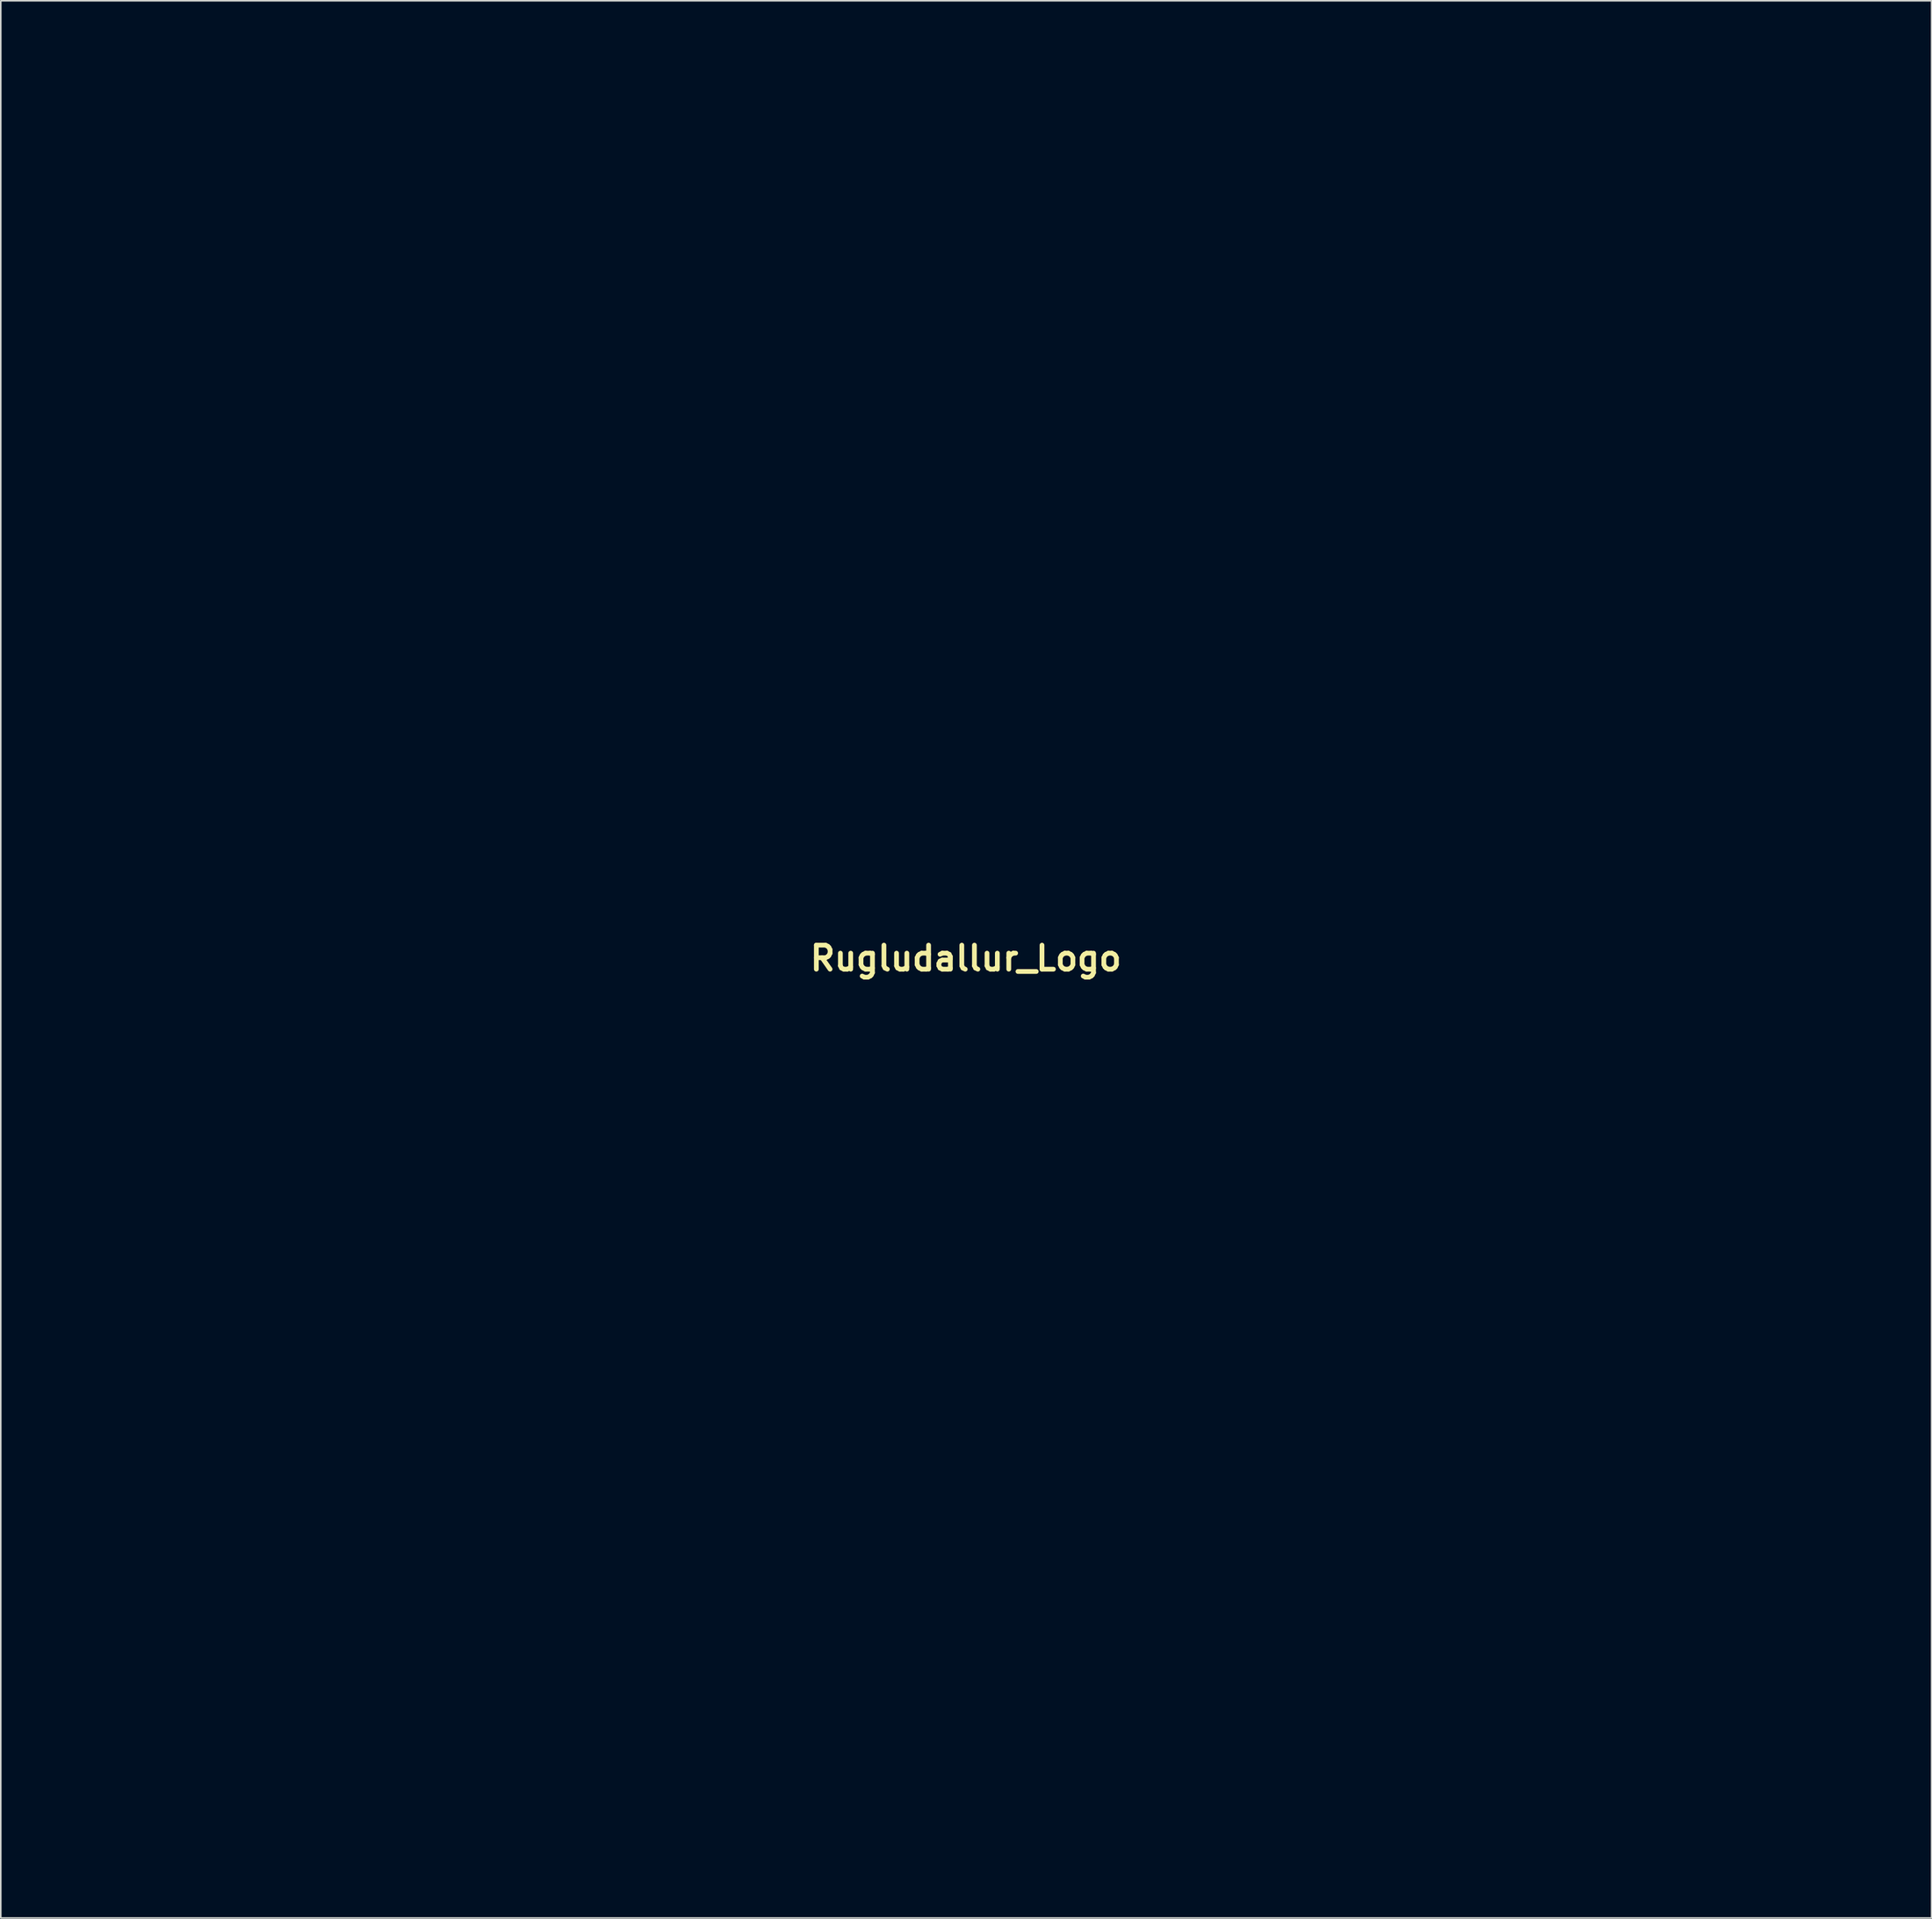
<source format=kicad_pcb>
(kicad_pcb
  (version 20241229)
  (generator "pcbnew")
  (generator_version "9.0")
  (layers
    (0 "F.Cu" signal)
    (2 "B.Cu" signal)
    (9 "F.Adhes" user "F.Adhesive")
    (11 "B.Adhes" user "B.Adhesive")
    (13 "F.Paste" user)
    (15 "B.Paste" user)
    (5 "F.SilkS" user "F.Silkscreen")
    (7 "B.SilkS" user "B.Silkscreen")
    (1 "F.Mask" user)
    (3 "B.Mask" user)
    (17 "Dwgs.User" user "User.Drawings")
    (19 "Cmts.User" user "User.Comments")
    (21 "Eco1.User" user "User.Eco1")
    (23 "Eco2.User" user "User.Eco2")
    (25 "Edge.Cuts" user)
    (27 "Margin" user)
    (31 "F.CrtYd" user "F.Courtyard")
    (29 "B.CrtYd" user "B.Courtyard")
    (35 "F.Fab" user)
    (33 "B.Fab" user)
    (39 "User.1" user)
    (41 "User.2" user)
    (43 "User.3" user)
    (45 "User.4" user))
  (footprint "Rugludallur_Logo"
    (layer "F.Cu")
    (at 58.14 57.68)
    (property "Reference" "Rugludallur_Logo" (at 0 0 0) (layer "F.SilkS") (effects (font (size 1.524 1.524) (thickness 0.3))))
    (attr through_hole)
    (fp_poly (pts (xy 29.596 38.496) (xy 30.103 38.567) (xy 30.341 38.734) (xy 30.432 39.038) (xy 30.435 39.055) (xy 30.394 39.485) (xy 30.025 39.716) (xy 29.731 39.787) (xy 29.204 39.929) (xy 28.863 40.172) (xy 28.655 40.619) (xy 28.531 41.374) (xy 28.448 42.418) (xy 28.369 43.396) (xy 28.269 43.977) (xy 28.108 44.271) (xy 27.85 44.388) (xy 27.758 44.403) (xy 27.272 44.319) (xy 27.049 43.895) (xy 26.992 43.388) (xy 26.962 42.522) (xy 26.964 41.446) (xy 26.977 40.894) (xy 27.051 38.481) (xy 28.702 38.481) (xy 29.596 38.496)) (stroke (width 0.01) (type solid)) (fill no) (layer "Eco2.User"))
    (fp_poly (pts (xy 14.325 35.97) (xy 14.587 36.213) (xy 14.762 36.489) (xy 14.88 36.959) (xy 14.95 37.711) (xy 14.981 38.829) (xy 14.986 39.742) (xy 14.996 41.087) (xy 15.032 42.006) (xy 15.104 42.582) (xy 15.223 42.895) (xy 15.385 43.025) (xy 15.687 43.353) (xy 15.685 43.832) (xy 15.424 44.242) (xy 15.113 44.371) (xy 14.527 44.348) (xy 14.282 44.285) (xy 13.843 43.939) (xy 13.529 43.287) (xy 13.327 42.276) (xy 13.226 40.852) (xy 13.208 39.655) (xy 13.222 38.284) (xy 13.269 37.334) (xy 13.36 36.715) (xy 13.506 36.341) (xy 13.607 36.213) (xy 13.959 35.897) (xy 14.097 35.814) (xy 14.325 35.97)) (stroke (width 0.01) (type solid)) (fill no) (layer "Eco2.User"))
    (fp_poly (pts (xy -8.241 36.071) (xy -8.048 36.501) (xy -7.934 37.294) (xy -7.882 38.505) (xy -7.874 39.539) (xy -7.868 40.852) (xy -7.84 41.748) (xy -7.777 42.319) (xy -7.664 42.656) (xy -7.488 42.851) (xy -7.351 42.934) (xy -6.937 43.395) (xy -6.906 43.769) (xy -7.167 44.259) (xy -7.678 44.402) (xy -8.316 44.19) (xy -8.758 43.844) (xy -9.015 43.564) (xy -9.192 43.269) (xy -9.304 42.862) (xy -9.366 42.248) (xy -9.392 41.332) (xy -9.398 40.018) (xy -9.398 39.771) (xy -9.392 38.376) (xy -9.365 37.403) (xy -9.308 36.769) (xy -9.21 36.388) (xy -9.059 36.176) (xy -8.929 36.089) (xy -8.529 35.952) (xy -8.241 36.071)) (stroke (width 0.01) (type solid)) (fill no) (layer "Eco2.User"))
    (fp_poly (pts (xy 18.073 36.089) (xy 18.272 36.246) (xy 18.406 36.526) (xy 18.487 37.018) (xy 18.528 37.812) (xy 18.541 38.998) (xy 18.542 39.426) (xy 18.55 40.753) (xy 18.585 41.672) (xy 18.66 42.284) (xy 18.79 42.688) (xy 18.988 42.984) (xy 19.057 43.061) (xy 19.434 43.657) (xy 19.41 44.11) (xy 19.085 44.367) (xy 18.559 44.373) (xy 17.931 44.075) (xy 17.641 43.827) (xy 17.389 43.55) (xy 17.216 43.251) (xy 17.107 42.833) (xy 17.048 42.2) (xy 17.023 41.256) (xy 17.018 39.906) (xy 17.018 39.813) (xy 17.035 38.245) (xy 17.097 37.129) (xy 17.22 36.411) (xy 17.418 36.038) (xy 17.707 35.954) (xy 18.073 36.089)) (stroke (width 0.01) (type solid)) (fill no) (layer "Eco2.User"))
    (fp_poly (pts (xy -21.179 38.395) (xy -20.939 38.506) (xy -20.78 38.797) (xy -20.674 39.369) (xy -20.594 40.321) (xy -20.574 40.643) (xy -20.505 41.687) (xy -20.427 42.325) (xy -20.303 42.656) (xy -20.098 42.78) (xy -19.812 42.799) (xy -19.503 42.775) (xy -19.307 42.636) (xy -19.189 42.281) (xy -19.113 41.611) (xy -19.05 40.64) (xy -18.981 39.595) (xy -18.903 38.956) (xy -18.779 38.625) (xy -18.575 38.5) (xy -18.288 38.481) (xy -17.653 38.481) (xy -17.653 44.323) (xy -19.177 44.372) (xy -20.049 44.377) (xy -20.734 44.339) (xy -21.024 44.286) (xy -21.523 43.813) (xy -21.878 42.914) (xy -22.068 41.653) (xy -22.094 40.843) (xy -22.055 39.637) (xy -21.926 38.868) (xy -21.683 38.471) (xy -21.301 38.378) (xy -21.179 38.395)) (stroke (width 0.01) (type solid)) (fill no) (layer "Eco2.User"))
    (fp_poly (pts (xy 25.019 44.323) (xy 23.473 44.398) (xy 22.495 44.404) (xy 21.845 44.284) (xy 21.351 44.005) (xy 21.314 43.976) (xy 21.032 43.712) (xy 20.852 43.398) (xy 20.753 42.921) (xy 20.71 42.166) (xy 20.701 41.02) (xy 20.701 40.98) (xy 20.705 39.839) (xy 20.733 39.112) (xy 20.809 38.706) (xy 20.955 38.527) (xy 21.198 38.482) (xy 21.336 38.481) (xy 21.645 38.505) (xy 21.841 38.644) (xy 21.959 38.999) (xy 22.035 39.669) (xy 22.098 40.64) (xy 22.167 41.685) (xy 22.245 42.324) (xy 22.369 42.655) (xy 22.573 42.78) (xy 22.86 42.799) (xy 23.169 42.775) (xy 23.365 42.636) (xy 23.483 42.281) (xy 23.559 41.611) (xy 23.622 40.64) (xy 23.691 39.595) (xy 23.769 38.956) (xy 23.893 38.625) (xy 24.097 38.5) (xy 24.384 38.481) (xy 25.019 38.481) (xy 25.019 44.323)) (stroke (width 0.01) (type solid)) (fill no) (layer "Eco2.User"))
    (fp_poly (pts (xy -1.562 38.503) (xy -1.257 38.985) (xy -1.081 39.854) (xy -1.017 41.161) (xy -1.016 41.402) (xy -1.041 42.691) (xy -1.152 43.556) (xy -1.404 44.08) (xy -1.851 44.348) (xy -2.548 44.442) (xy -3.009 44.45) (xy -3.986 44.398) (xy -4.632 44.213) (xy -5.041 43.924) (xy -5.303 43.638) (xy -5.463 43.298) (xy -5.542 42.788) (xy -5.557 41.99) (xy -5.533 40.942) (xy -5.489 39.796) (xy -5.424 39.063) (xy -5.318 38.647) (xy -5.15 38.452) (xy -4.983 38.395) (xy -4.57 38.417) (xy -4.297 38.715) (xy -4.14 39.357) (xy -4.074 40.409) (xy -4.068 40.958) (xy -4.059 41.946) (xy -4.013 42.532) (xy -3.896 42.82) (xy -3.675 42.917) (xy -3.429 42.926) (xy -3.105 42.902) (xy -2.915 42.758) (xy -2.824 42.386) (xy -2.796 41.68) (xy -2.794 41.042) (xy -2.77 39.818) (xy -2.681 39.019) (xy -2.505 38.565) (xy -2.217 38.375) (xy -2.014 38.354) (xy -1.562 38.503)) (stroke (width 0.01) (type solid)) (fill no) (layer "Eco2.User"))
    (fp_poly (pts (xy 4.779 36.039) (xy 4.884 36.343) (xy 4.975 37.048) (xy 5.049 38.044) (xy 5.104 39.225) (xy 5.137 40.482) (xy 5.145 41.707) (xy 5.127 42.792) (xy 5.078 43.63) (xy 4.998 44.112) (xy 4.977 44.158) (xy 4.63 44.322) (xy 3.951 44.415) (xy 3.111 44.435) (xy 2.282 44.38) (xy 1.635 44.251) (xy 1.46 44.176) (xy 0.845 43.55) (xy 0.438 42.605) (xy 0.27 41.497) (xy 0.295 41.215) (xy 1.778 41.215) (xy 1.928 42.164) (xy 2.354 42.751) (xy 2.93 42.926) (xy 3.277 42.893) (xy 3.464 42.713) (xy 3.541 42.268) (xy 3.556 41.438) (xy 3.556 41.402) (xy 3.541 40.556) (xy 3.465 40.099) (xy 3.283 39.913) (xy 2.972 39.878) (xy 2.245 40.072) (xy 1.851 40.647) (xy 1.778 41.215) (xy 0.295 41.215) (xy 0.368 40.38) (xy 0.638 39.619) (xy 1.269 38.805) (xy 2.142 38.41) (xy 2.777 38.354) (xy 3.278 38.315) (xy 3.499 38.1) (xy 3.555 37.562) (xy 3.556 37.347) (xy 3.691 36.557) (xy 4.04 36.058) (xy 4.523 35.936) (xy 4.779 36.039)) (stroke (width 0.01) (type solid)) (fill no) (layer "Eco2.User"))
    (fp_poly (pts (xy -12.898 38.405) (xy -11.303 38.481) (xy -11.232 41.859) (xy -11.161 45.236) (xy -11.911 45.986) (xy -12.552 46.501) (xy -13.25 46.711) (xy -13.784 46.736) (xy -14.758 46.616) (xy -15.334 46.265) (xy -15.613 45.721) (xy -15.596 45.365) (xy -15.386 45.099) (xy -14.949 45.033) (xy -14.369 45.096) (xy -13.583 45.148) (xy -13.114 44.989) (xy -12.972 44.852) (xy -12.814 44.59) (xy -12.988 44.475) (xy -13.577 44.45) (xy -14.425 44.307) (xy -15.16 43.805) (xy -15.26 43.708) (xy -15.681 43.226) (xy -15.905 42.737) (xy -15.991 42.053) (xy -16.002 41.402) (xy -14.478 41.402) (xy -14.34 42.299) (xy -13.909 42.796) (xy -13.284 42.926) (xy -12.96 42.886) (xy -12.785 42.688) (xy -12.713 42.214) (xy -12.7 41.402) (xy -12.715 40.556) (xy -12.791 40.099) (xy -12.973 39.913) (xy -13.284 39.878) (xy -13.987 40.055) (xy -14.376 40.605) (xy -14.478 41.402) (xy -16.002 41.402) (xy -15.974 40.488) (xy -15.848 39.891) (xy -15.564 39.425) (xy -15.247 39.084) (xy -14.786 38.668) (xy -14.349 38.452) (xy -13.754 38.383) (xy -12.898 38.405)) (stroke (width 0.01) (type solid)) (fill no) (layer "Eco2.User"))
    (fp_poly (pts (xy 10.075 38.437) (xy 10.725 38.703) (xy 10.922 38.862) (xy 11.315 39.496) (xy 11.448 40.069) (xy 11.47 41.618) (xy 11.453 42.863) (xy 11.401 43.738) (xy 11.314 44.177) (xy 11.308 44.188) (xy 10.988 44.323) (xy 10.312 44.417) (xy 9.498 44.45) (xy 8.543 44.421) (xy 7.925 44.305) (xy 7.478 44.054) (xy 7.227 43.827) (xy 6.708 42.989) (xy 6.686 42.577) (xy 8.208 42.577) (xy 8.589 42.85) (xy 9.159 42.926) (xy 9.71 42.843) (xy 9.9 42.534) (xy 9.906 42.418) (xy 9.783 42.043) (xy 9.33 41.914) (xy 9.159 41.91) (xy 8.572 41.988) (xy 8.255 42.164) (xy 8.208 42.577) (xy 6.686 42.577) (xy 6.658 42.053) (xy 7.079 41.122) (xy 7.13 41.055) (xy 7.595 40.608) (xy 8.184 40.416) (xy 8.781 40.386) (xy 9.509 40.326) (xy 9.881 40.165) (xy 9.906 40.097) (xy 9.691 39.928) (xy 9.027 39.918) (xy 8.655 39.955) (xy 7.805 40.007) (xy 7.298 39.892) (xy 7.076 39.708) (xy 6.933 39.273) (xy 7.19 38.896) (xy 7.74 38.6) (xy 8.475 38.409) (xy 9.289 38.347) (xy 10.075 38.437)) (stroke (width 0.01) (type solid)) (fill no) (layer "Eco2.User"))
    (fp_poly (pts (xy -26.441 35.851) (xy -25.542 35.98) (xy -24.884 36.199) (xy -24.036 36.886) (xy -23.562 37.797) (xy -23.477 38.804) (xy -23.796 39.778) (xy -24.374 40.465) (xy -25.108 41.084) (xy -24.221 42.402) (xy -23.734 43.177) (xy -23.531 43.672) (xy -23.574 43.997) (xy -23.635 44.085) (xy -24.003 44.384) (xy -24.402 44.358) (xy -24.895 43.972) (xy -25.543 43.187) (xy -25.828 42.799) (xy -26.407 42.028) (xy -26.888 41.449) (xy -27.186 41.162) (xy -27.224 41.148) (xy -27.344 41.376) (xy -27.419 41.959) (xy -27.432 42.397) (xy -27.462 43.217) (xy -27.539 43.864) (xy -27.586 44.048) (xy -27.939 44.377) (xy -28.463 44.439) (xy -28.787 44.281) (xy -28.875 43.942) (xy -28.933 43.207) (xy -28.964 42.183) (xy -28.97 40.983) (xy -28.951 39.714) (xy -28.914 38.593) (xy -27.432 38.593) (xy -27.405 39.25) (xy -27.246 39.544) (xy -26.839 39.619) (xy -26.607 39.62) (xy -25.924 39.554) (xy -25.443 39.402) (xy -25.218 39.006) (xy -25.189 38.453) (xy -25.295 37.985) (xy -25.571 37.754) (xy -26.171 37.655) (xy -26.352 37.641) (xy -27.432 37.563) (xy -27.432 38.593) (xy -28.914 38.593) (xy -28.911 38.487) (xy -28.85 37.412) (xy -28.771 36.599) (xy -28.675 36.156) (xy -28.651 36.119) (xy -28.172 35.916) (xy -27.377 35.828) (xy -26.441 35.851)) (stroke (width 0.01) (type solid)) (fill no) (layer "Eco2.User"))
    (fp_poly (pts (xy -3.85 -36.882) (xy -3.278 -36.375) (xy -3.048 -35.709) (xy -3.048 -35.703) (xy -3.179 -35.341) (xy -3.541 -34.638) (xy -4.085 -33.681) (xy -4.765 -32.556) (xy -5.167 -31.913) (xy -7.83 -27.428) (xy -10.038 -23.055) (xy -11.812 -18.726) (xy -13.172 -14.373) (xy -14.139 -9.929) (xy -14.734 -5.326) (xy -14.976 -0.496) (xy -14.984 0.563) (xy -14.938 3.053) (xy -14.787 5.455) (xy -14.516 7.903) (xy -14.108 10.533) (xy -13.549 13.48) (xy -13.425 14.083) (xy -13.083 15.83) (xy -12.877 17.123) (xy -12.805 17.995) (xy -12.859 18.473) (xy -13 18.658) (xy -13.332 18.915) (xy -13.886 19.263) (xy -14.697 19.718) (xy -15.797 20.299) (xy -17.221 21.022) (xy -19 21.905) (xy -21.169 22.966) (xy -23.761 24.223) (xy -24.112 24.392) (xy -26.327 25.457) (xy -28.413 26.451) (xy -30.322 27.352) (xy -32.009 28.14) (xy -33.427 28.791) (xy -34.529 29.286) (xy -35.27 29.602) (xy -35.602 29.718) (xy -35.606 29.718) (xy -36.134 29.547) (xy -36.535 29.251) (xy -36.684 29.047) (xy -36.812 28.724) (xy -36.923 28.235) (xy -37.021 27.532) (xy -37.111 26.569) (xy -37.197 25.299) (xy -37.284 23.673) (xy -37.375 21.644) (xy -37.475 19.166) (xy -37.499 18.534) (xy -37.499 15.043) (xy -34.324 15.043) (xy -34.304 19.324) (xy -34.275 20.193) (xy -34.21 21.992) (xy -34.159 23.347) (xy -34.12 24.32) (xy -34.088 24.973) (xy -34.059 25.371) (xy -34.029 25.575) (xy -33.994 25.65) (xy -33.951 25.656) (xy -33.924 25.654) (xy -33.677 25.547) (xy -33.024 25.244) (xy -32.015 24.767) (xy -30.7 24.14) (xy -29.129 23.389) (xy -27.353 22.537) (xy -25.422 21.607) (xy -25.097 21.451) (xy -23.14 20.504) (xy -21.327 19.621) (xy -19.707 18.828) (xy -18.333 18.15) (xy -17.255 17.611) (xy -16.525 17.238) (xy -16.195 17.056) (xy -16.183 17.047) (xy -16.15 16.728) (xy -16.223 16.034) (xy -16.389 15.083) (xy -16.523 14.456) (xy -17.472 9.201) (xy -17.972 3.884) (xy -18.029 -1.442) (xy -17.649 -6.726) (xy -16.838 -11.918) (xy -15.603 -16.965) (xy -13.949 -21.817) (xy -11.883 -26.422) (xy -11.508 -27.144) (xy -9.846 -30.286) (xy -11.435 -29.176) (xy -12.918 -28.053) (xy -14.594 -26.637) (xy -16.347 -25.037) (xy -18.059 -23.363) (xy -19.613 -21.724) (xy -20.495 -20.716) (xy -23.137 -17.274) (xy -25.637 -13.441) (xy -27.929 -9.329) (xy -29.95 -5.047) (xy -30.76 -3.077) (xy -32.01 0.433) (xy -32.977 3.903) (xy -33.675 7.43) (xy -34.119 11.111) (xy -34.324 15.043) (xy -37.499 15.043) (xy -37.499 14.871) (xy -37.246 11.02) (xy -36.76 7.191) (xy -36.063 3.593) (xy -35.932 3.047) (xy -34.661 -1.306) (xy -33.014 -5.675) (xy -31.037 -9.985) (xy -28.772 -14.162) (xy -26.263 -18.128) (xy -23.555 -21.808) (xy -20.691 -25.127) (xy -18.114 -27.656) (xy -16.818 -28.777) (xy -15.353 -29.97) (xy -13.778 -31.193) (xy -12.153 -32.404) (xy -10.539 -33.562) (xy -8.997 -34.623) (xy -7.586 -35.545) (xy -6.366 -36.288) (xy -5.399 -36.808) (xy -4.744 -37.065) (xy -4.599 -37.084) (xy -3.85 -36.882)) (stroke (width 0.01) (type solid)) (fill no) (layer "Eco2.User"))
    (fp_poly (pts (xy 3.326 -57.642) (xy 6.447 -57.451) (xy 9.451 -57.083) (xy 12.526 -56.518) (xy 14.343 -56.108) (xy 19.298 -54.672) (xy 24.065 -52.777) (xy 28.621 -50.445) (xy 32.943 -47.698) (xy 37.01 -44.557) (xy 40.797 -41.045) (xy 44.283 -37.182) (xy 47.445 -32.991) (xy 50.26 -28.493) (xy 52.705 -23.711) (xy 54.758 -18.665) (xy 55.363 -16.891) (xy 56.805 -11.716) (xy 57.745 -6.608) (xy 58.182 -1.556) (xy 58.117 3.451) (xy 57.548 8.422) (xy 56.476 13.368) (xy 54.901 18.3) (xy 54.666 18.923) (xy 54.095 20.376) (xy 53.454 21.944) (xy 52.778 23.55) (xy 52.1 25.118) (xy 51.455 26.571) (xy 50.876 27.832) (xy 50.398 28.825) (xy 50.053 29.472) (xy 49.918 29.67) (xy 49.617 29.817) (xy 48.997 29.918) (xy 48 29.979) (xy 46.568 30.003) (xy 46.114 30.004) (xy 44.666 29.995) (xy 43.638 29.961) (xy 42.942 29.893) (xy 42.49 29.781) (xy 42.195 29.616) (xy 42.138 29.568) (xy 41.764 29.054) (xy 41.656 28.659) (xy 41.766 28.276) (xy 42.068 27.532) (xy 42.522 26.519) (xy 43.088 25.329) (xy 43.4 24.698) (xy 45.16 21.021) (xy 46.607 17.644) (xy 47.766 14.487) (xy 48.662 11.473) (xy 49.32 8.523) (xy 49.766 5.557) (xy 49.858 4.699) (xy 50.071 -0.041) (xy 49.798 -4.81) (xy 49.055 -9.563) (xy 47.859 -14.249) (xy 46.225 -18.823) (xy 44.17 -23.235) (xy 41.709 -27.438) (xy 38.859 -31.385) (xy 36.969 -33.609) (xy 33.432 -37.154) (xy 29.601 -40.29) (xy 25.495 -43.006) (xy 21.132 -45.292) (xy 16.531 -47.139) (xy 11.71 -48.537) (xy 6.688 -49.477) (xy 6.362 -49.521) (xy 1.536 -49.907) (xy -3.276 -49.801) (xy -8.038 -49.222) (xy -12.714 -48.184) (xy -17.268 -46.705) (xy -21.662 -44.8) (xy -25.862 -42.487) (xy -29.831 -39.782) (xy -33.533 -36.702) (xy -36.931 -33.262) (xy -39.99 -29.48) (xy -41.079 -27.922) (xy -43.6 -23.73) (xy -45.738 -19.285) (xy -47.469 -14.657) (xy -48.768 -9.919) (xy -49.612 -5.143) (xy -49.952 -1.143) (xy -49.984 2.408) (xy -49.765 5.812) (xy -49.275 9.144) (xy -48.494 12.479) (xy -47.403 15.893) (xy -45.984 19.46) (xy -44.217 23.256) (xy -43.221 25.216) (xy -42.563 26.492) (xy -42.114 27.402) (xy -41.848 28.029) (xy -41.737 28.457) (xy -41.753 28.768) (xy -41.868 29.046) (xy -41.912 29.126) (xy -42.168 29.505) (xy -42.492 29.77) (xy -42.968 29.938) (xy -43.683 30.026) (xy -44.722 30.053) (xy -46.17 30.033) (xy -46.421 30.028) (xy -49.534 29.956) (xy -51.219 26.599) (xy -53.419 21.876) (xy -55.182 17.327) (xy -56.521 12.894) (xy -57.45 8.519) (xy -57.984 4.144) (xy -58.065 1.774) (xy -55.047 1.774) (xy -54.758 5.725) (xy -54.123 9.652) (xy -53.126 13.627) (xy -51.752 17.72) (xy -49.984 22.002) (xy -49.089 23.939) (xy -48.506 25.157) (xy -48.082 25.988) (xy -47.763 26.507) (xy -47.493 26.786) (xy -47.215 26.901) (xy -46.873 26.924) (xy -46.822 26.924) (xy -46.251 26.888) (xy -45.978 26.801) (xy -45.974 26.789) (xy -46.08 26.507) (xy -46.356 25.916) (xy -46.648 25.328) (xy -47.564 23.436) (xy -48.51 21.324) (xy -49.429 19.127) (xy -50.268 16.981) (xy -50.971 15.021) (xy -51.453 13.486) (xy -52.465 9.009) (xy -53.01 4.411) (xy -53.101 -0.265) (xy -52.752 -4.976) (xy -51.978 -9.681) (xy -50.793 -14.335) (xy -49.209 -18.897) (xy -47.24 -23.323) (xy -44.902 -27.571) (xy -42.206 -31.599) (xy -39.168 -35.362) (xy -35.801 -38.82) (xy -34.053 -40.373) (xy -29.955 -43.516) (xy -25.593 -46.225) (xy -20.971 -48.498) (xy -16.092 -50.335) (xy -10.96 -51.733) (xy -7.29 -52.439) (xy -2.47 -52.963) (xy 2.397 -52.998) (xy 7.266 -52.558) (xy 12.097 -51.653) (xy 16.847 -50.295) (xy 21.473 -48.498) (xy 25.932 -46.272) (xy 30.182 -43.629) (xy 33.861 -40.85) (xy 37.561 -37.463) (xy 40.92 -33.723) (xy 43.917 -29.671) (xy 46.531 -25.348) (xy 48.742 -20.794) (xy 50.531 -16.051) (xy 51.875 -11.158) (xy 52.756 -6.156) (xy 53.097 -2.413) (xy 53.141 2.027) (xy 52.774 6.414) (xy 51.985 10.796) (xy 50.762 15.224) (xy 49.094 19.747) (xy 46.97 24.414) (xy 46.827 24.701) (xy 45.715 26.924) (xy 47.922 26.924) (xy 49.151 24.194) (xy 51.063 19.664) (xy 52.608 15.402) (xy 53.78 11.423) (xy 54.574 7.744) (xy 54.899 5.39) (xy 55.137 0.609) (xy 54.896 -4.224) (xy 54.196 -9.065) (xy 53.055 -13.869) (xy 51.495 -18.593) (xy 49.534 -23.193) (xy 47.193 -27.624) (xy 44.49 -31.843) (xy 41.446 -35.806) (xy 38.08 -39.468) (xy 34.412 -42.786) (xy 32.766 -44.082) (xy 28.61 -46.9) (xy 24.173 -49.314) (xy 19.51 -51.302) (xy 14.674 -52.843) (xy 9.719 -53.915) (xy 7.615 -54.219) (xy 4.966 -54.463) (xy 2.036 -54.587) (xy -1.001 -54.592) (xy -3.973 -54.481) (xy -6.706 -54.254) (xy -7.874 -54.106) (xy -13.081 -53.104) (xy -18.097 -51.633) (xy -22.928 -49.689) (xy -27.581 -47.27) (xy -32.063 -44.374) (xy -33.11 -43.61) (xy -37.117 -40.309) (xy -40.767 -36.664) (xy -44.041 -32.705) (xy -46.925 -28.464) (xy -49.4 -23.974) (xy -51.45 -19.265) (xy -53.059 -14.369) (xy -54.209 -9.318) (xy -54.884 -4.144) (xy -55.007 -2.271) (xy -55.047 1.774) (xy -58.065 1.774) (xy -58.135 -0.291) (xy -58.086 -2.232) (xy -57.612 -7.553) (xy -56.658 -12.753) (xy -55.243 -17.805) (xy -53.385 -22.683) (xy -51.104 -27.359) (xy -48.419 -31.806) (xy -45.349 -35.998) (xy -41.913 -39.907) (xy -38.13 -43.505) (xy -34.019 -46.767) (xy -29.599 -49.665) (xy -24.889 -52.171) (xy -22.098 -53.408) (xy -17.97 -54.939) (xy -13.851 -56.11) (xy -9.633 -56.941) (xy -5.21 -57.455) (xy -0.474 -57.67) (xy -0.097 -57.675) (xy 3.326 -57.642)) (stroke (width 0.01) (type solid)) (fill no) (layer "Eco2.User"))
    (fp_poly (pts (xy 0.677 -49.258) (xy 1.581 -49.063) (xy 2.014 -48.831) (xy 2.172 -48.685) (xy 2.299 -48.494) (xy 2.398 -48.2) (xy 2.475 -47.745) (xy 2.536 -47.072) (xy 2.585 -46.121) (xy 2.629 -44.836) (xy 2.671 -43.158) (xy 2.717 -41.084) (xy 2.759 -39.218) (xy 2.8 -37.527) (xy 2.838 -36.076) (xy 2.871 -34.928) (xy 2.898 -34.147) (xy 2.917 -33.795) (xy 2.92 -33.782) (xy 3.152 -33.886) (xy 3.79 -34.182) (xy 4.781 -34.645) (xy 6.073 -35.25) (xy 7.611 -35.973) (xy 9.343 -36.787) (xy 10.782 -37.465) (xy 12.64 -38.336) (xy 14.358 -39.134) (xy 15.881 -39.834) (xy 17.152 -40.409) (xy 18.117 -40.836) (xy 18.721 -41.088) (xy 18.903 -41.148) (xy 19.334 -41.009) (xy 19.7 -40.788) (xy 19.837 -40.663) (xy 19.948 -40.472) (xy 20.037 -40.162) (xy 20.108 -39.678) (xy 20.166 -38.967) (xy 20.213 -37.973) (xy 20.256 -36.643) (xy 20.297 -34.924) (xy 20.341 -32.759) (xy 20.349 -32.342) (xy 20.421 -29.311) (xy 20.516 -26.705) (xy 20.643 -24.443) (xy 20.812 -22.441) (xy 21.029 -20.619) (xy 21.303 -18.892) (xy 21.644 -17.18) (xy 22.06 -15.399) (xy 22.131 -15.113) (xy 23.009 -12.05) (xy 24.144 -8.776) (xy 25.466 -5.471) (xy 26.909 -2.317) (xy 27.113 -1.905) (xy 28.834 1.418) (xy 30.478 4.336) (xy 32.103 6.933) (xy 33.767 9.294) (xy 35.527 11.502) (xy 37.44 13.643) (xy 38.265 14.504) (xy 39.421 15.718) (xy 40.225 16.655) (xy 40.707 17.373) (xy 40.896 17.932) (xy 40.82 18.391) (xy 40.507 18.809) (xy 40.404 18.907) (xy 40.107 19.053) (xy 39.475 19.25) (xy 38.481 19.501) (xy 37.103 19.814) (xy 35.314 20.192) (xy 33.092 20.641) (xy 30.412 21.167) (xy 28.148 21.603) (xy 25.49 22.112) (xy 22.751 22.637) (xy 20.02 23.161) (xy 17.386 23.666) (xy 14.94 24.135) (xy 12.769 24.551) (xy 10.963 24.898) (xy 10.223 25.04) (xy 4.064 26.224) (xy 4.064 30.48) (xy 25.597 30.48) (xy 29.509 30.48) (xy 32.943 30.48) (xy 35.931 30.483) (xy 38.504 30.49) (xy 40.693 30.505) (xy 42.529 30.528) (xy 44.042 30.563) (xy 45.264 30.611) (xy 46.226 30.675) (xy 46.958 30.756) (xy 47.492 30.856) (xy 47.858 30.978) (xy 48.088 31.125) (xy 48.212 31.297) (xy 48.261 31.497) (xy 48.267 31.728) (xy 48.26 31.991) (xy 48.26 32.031) (xy 48.203 32.368) (xy 48.003 32.783) (xy 47.616 33.334) (xy 46.999 34.077) (xy 46.107 35.069) (xy 44.987 36.271) (xy 42.065 39.31) (xy 39.366 41.968) (xy 36.832 44.288) (xy 34.406 46.312) (xy 32.032 48.085) (xy 29.653 49.648) (xy 27.211 51.046) (xy 24.65 52.32) (xy 22.552 53.249) (xy 18.141 54.872) (xy 13.45 56.156) (xy 8.589 57.085) (xy 3.669 57.642) (xy -1.202 57.812) (xy -5.912 57.578) (xy -6.452 57.523) (xy -11.572 56.732) (xy -16.632 55.479) (xy -21.564 53.79) (xy -26.3 51.689) (xy -30.773 49.202) (xy -33.388 47.475) (xy -34.497 46.694) (xy -35.324 46.104) (xy -35.971 45.623) (xy -36.536 45.168) (xy -37.119 44.657) (xy -37.819 44.009) (xy -38.737 43.14) (xy -39.364 42.545) (xy -40.463 41.467) (xy -41.597 40.294) (xy -42.623 39.178) (xy -43.302 38.389) (xy -44.211 37.277) (xy -45.247 36.008) (xy -46.216 34.819) (xy -46.412 34.579) (xy -47.121 33.655) (xy -43.258 33.655) (xy -41.226 36.068) (xy -37.738 39.83) (xy -33.952 43.182) (xy -29.858 46.132) (xy -25.654 48.58) (xy -20.919 50.767) (xy -16.023 52.475) (xy -10.986 53.702) (xy -5.826 54.445) (xy -0.561 54.7) (xy 4.789 54.464) (xy 8.128 54.072) (xy 12.663 53.209) (xy 17.152 51.956) (xy 21.483 50.354) (xy 25.544 48.442) (xy 27.54 47.321) (xy 30.747 45.199) (xy 34.062 42.605) (xy 37.463 39.556) (xy 39.751 37.295) (xy 43.307 33.655) (xy 22.445 33.59) (xy 18.63 33.577) (xy 15.291 33.563) (xy 12.399 33.547) (xy 9.923 33.53) (xy 7.832 33.509) (xy 6.095 33.484) (xy 4.683 33.456) (xy 3.563 33.423) (xy 2.706 33.385) (xy 2.08 33.34) (xy 1.655 33.289) (xy 1.4 33.231) (xy 1.287 33.167) (xy 1.157 32.757) (xy 1.065 31.877) (xy 1.009 30.515) (xy 0.989 28.659) (xy 0.989 28.533) (xy 0.994 26.949) (xy 1.013 25.795) (xy 1.055 24.995) (xy 1.128 24.469) (xy 1.238 24.141) (xy 1.395 23.934) (xy 1.461 23.876) (xy 1.804 23.753) (xy 2.622 23.544) (xy 3.888 23.254) (xy 5.578 22.89) (xy 7.664 22.456) (xy 10.123 21.957) (xy 12.929 21.4) (xy 16.055 20.789) (xy 18.937 20.233) (xy 21.804 19.681) (xy 24.521 19.156) (xy 27.05 18.665) (xy 29.348 18.217) (xy 31.376 17.818) (xy 33.091 17.478) (xy 34.454 17.204) (xy 35.423 17.005) (xy 35.958 16.888) (xy 36.053 16.861) (xy 35.943 16.641) (xy 35.551 16.156) (xy 34.953 15.498) (xy 34.761 15.297) (xy 32.678 12.927) (xy 30.56 10.106) (xy 28.443 6.886) (xy 26.36 3.319) (xy 24.345 -0.544) (xy 24.176 -0.889) (xy 22.125 -5.426) (xy 20.463 -9.876) (xy 19.17 -14.333) (xy 18.224 -18.89) (xy 17.604 -23.639) (xy 17.29 -28.674) (xy 17.24 -31.548) (xy 17.221 -37.069) (xy 16.421 -36.723) (xy 15.995 -36.529) (xy 15.174 -36.149) (xy 14.021 -35.611) (xy 12.601 -34.945) (xy 10.977 -34.183) (xy 9.214 -33.352) (xy 8.526 -33.027) (xy 6.485 -32.069) (xy 4.852 -31.313) (xy 3.577 -30.741) (xy 2.612 -30.333) (xy 1.906 -30.068) (xy 1.411 -29.928) (xy 1.078 -29.892) (xy 0.861 -29.939) (xy 0.548 -30.052) (xy 0.363 -29.967) (xy 0.256 -29.586) (xy 0.173 -28.814) (xy 0.157 -28.625) (xy 0.134 -28.153) (xy 0.105 -27.211) (xy 0.07 -25.833) (xy 0.03 -24.058) (xy -0.015 -21.92) (xy -0.063 -19.457) (xy -0.115 -16.706) (xy -0.168 -13.703) (xy -0.224 -10.484) (xy -0.28 -7.086) (xy -0.336 -3.545) (xy -0.371 -1.27) (xy -0.448 3.676) (xy -0.518 8.137) (xy -0.584 12.138) (xy -0.646 15.703) (xy -0.704 18.854) (xy -0.759 21.616) (xy -0.812 24.012) (xy -0.863 26.067) (xy -0.913 27.804) (xy -0.963 29.246) (xy -1.013 30.418) (xy -1.063 31.342) (xy -1.116 32.044) (xy -1.17 32.546) (xy -1.227 32.873) (xy -1.287 33.048) (xy -1.29 33.053) (xy -1.401 33.117) (xy -1.668 33.174) (xy -2.122 33.225) (xy -2.793 33.271) (xy -3.711 33.311) (xy -4.905 33.347) (xy -6.406 33.379) (xy -8.243 33.409) (xy -10.447 33.436) (xy -13.047 33.461) (xy -16.074 33.486) (xy -19.557 33.51) (xy -22.382 33.528) (xy -43.258 33.655) (xy -47.121 33.655) (xy -47.269 33.463) (xy -47.775 32.615) (xy -47.955 31.959) (xy -47.831 31.419) (xy -47.498 30.988) (xy -47.399 30.898) (xy -47.27 30.82) (xy -47.081 30.751) (xy -46.797 30.693) (xy -46.386 30.644) (xy -45.815 30.603) (xy -45.052 30.569) (xy -44.064 30.542) (xy -42.819 30.522) (xy -41.283 30.506) (xy -39.425 30.495) (xy -37.211 30.488) (xy -34.608 30.483) (xy -31.585 30.481) (xy -28.108 30.48) (xy -25.527 30.48) (xy -22.273 30.479) (xy -19.17 30.477) (xy -16.252 30.474) (xy -13.558 30.469) (xy -11.125 30.463) (xy -8.99 30.457) (xy -7.189 30.449) (xy -5.761 30.441) (xy -4.74 30.432) (xy -4.166 30.423) (xy -4.049 30.416) (xy -4.043 30.16) (xy -4.028 29.423) (xy -4.005 28.232) (xy -3.974 26.616) (xy -3.936 24.602) (xy -3.891 22.216) (xy -3.841 19.487) (xy -3.784 16.441) (xy -3.723 13.106) (xy -3.657 9.51) (xy -3.586 5.68) (xy -3.512 1.642) (xy -3.435 -2.574) (xy -3.355 -6.943) (xy -3.318 -9.002) (xy -2.602 -48.358) (xy -2.035 -48.817) (xy -1.334 -49.135) (xy -0.362 -49.282) (xy 0.677 -49.258)) (stroke (width 0.01) (type solid)) (fill no) (layer "Eco2.User")))
  (gr_rect
    (start -3 -3)
    (end 119.327 118.497)
    (stroke (width 0.1) (type default))
    (fill no)
    (layer "Edge.Cuts")))
</source>
